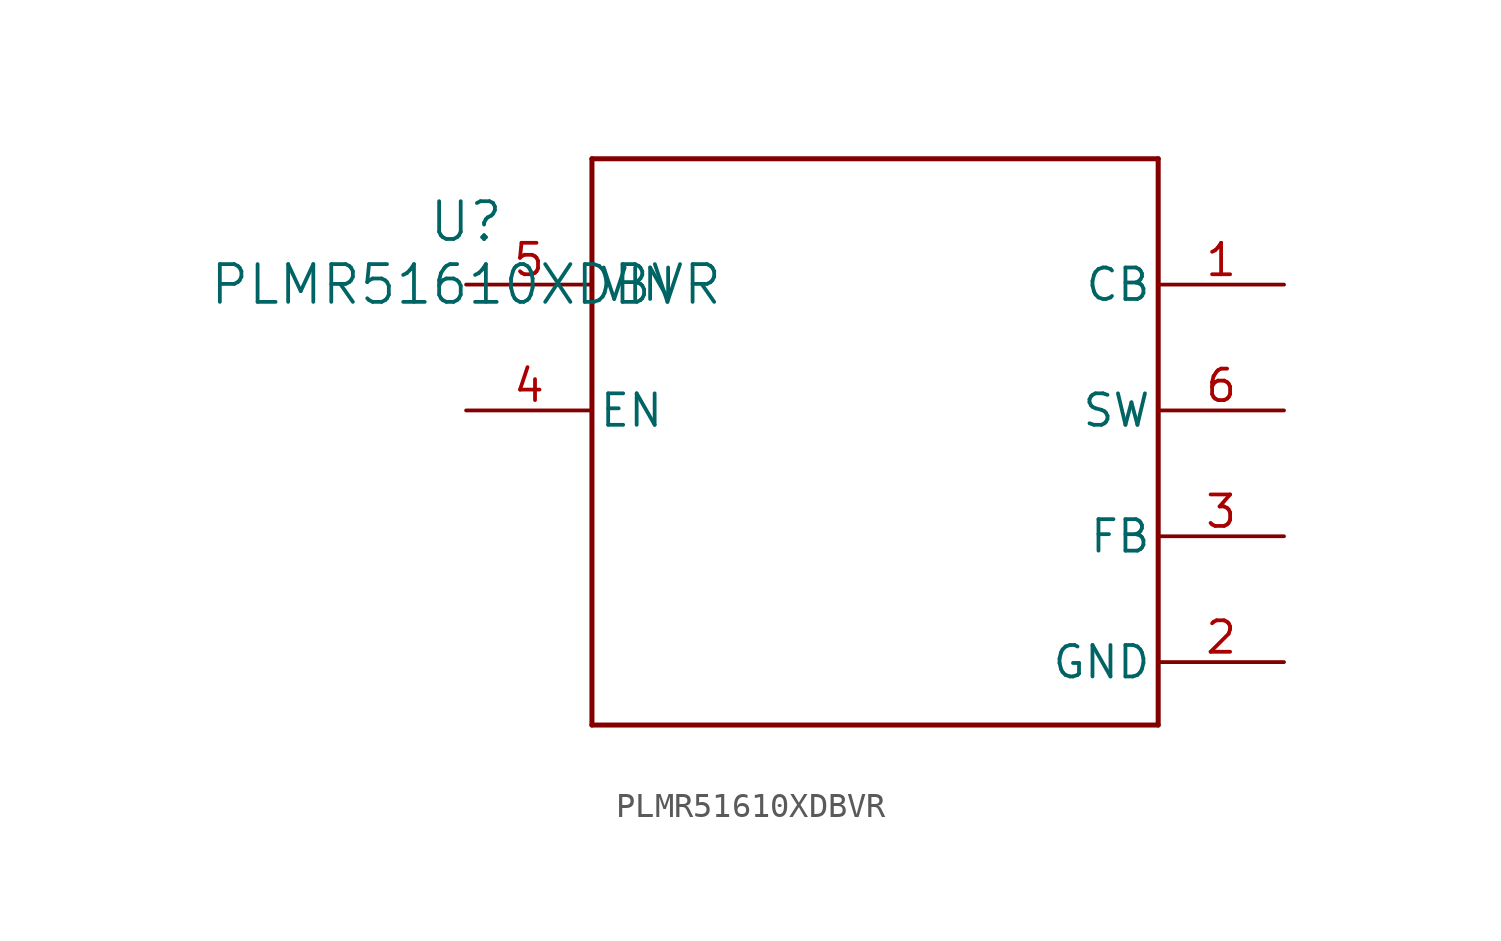
<source format=kicad_sym>
(kicad_symbol_lib
  (version 20211014)
  (generator kicad_symbol_editor)
  (symbol "PLMR51610XDBVR"
    (pin_names
      (offset 0.254))
    (property "Reference" "U"
      (at 0 2.54 0)
      (effects (font (size 1.524 1.524))))
    (property "Value" "PLMR51610XDBVR"
      (at 0 0 0)
      (effects (font (size 1.524 1.524))))
    (polyline
      (pts (xy 5.08 -17.78) (xy 27.94 -17.78))
      (stroke (width 0.203) (type default) (color 0 0 0 0))
      (fill (type none)))
    (polyline
      (pts (xy 27.94 -17.78) (xy 27.94 5.08))
      (stroke (width 0.203) (type default) (color 0 0 0 0))
      (fill (type none)))
    (polyline
      (pts (xy 27.94 5.08) (xy 5.08 5.08))
      (stroke (width 0.203) (type default) (color 0 0 0 0))
      (fill (type none)))
    (polyline
      (pts (xy 5.08 5.08) (xy 5.08 -17.78))
      (stroke (width 0.203) (type default) (color 0 0 0 0))
      (fill (type none)))
    (pin unspecified line
      (at 33.02 0 180)
      (length 5.08)
      (name "CB" (effects (font (size 1.27 1.27))))
      (number "1" (effects (font (size 1.27 1.27)))))
    (pin power_in line
      (at 33.02 -15.24 180)
      (length 5.08)
      (name "GND" (effects (font (size 1.27 1.27))))
      (number "2" (effects (font (size 1.27 1.27)))))
    (pin unspecified line
      (at 33.02 -10.16 180)
      (length 5.08)
      (name "FB" (effects (font (size 1.27 1.27))))
      (number "3" (effects (font (size 1.27 1.27)))))
    (pin input line
      (at 0 -5.08 0)
      (length 5.08)
      (name "EN" (effects (font (size 1.27 1.27))))
      (number "4" (effects (font (size 1.27 1.27)))))
    (pin power_in line
      (at 0 0 0)
      (length 5.08)
      (name "VIN" (effects (font (size 1.27 1.27))))
      (number "5" (effects (font (size 1.27 1.27)))))
    (pin unspecified line
      (at 33.02 -5.08 180)
      (length 5.08)
      (name "SW" (effects (font (size 1.27 1.27))))
      (number "6" (effects (font (size 1.27 1.27)))))))
</source>
